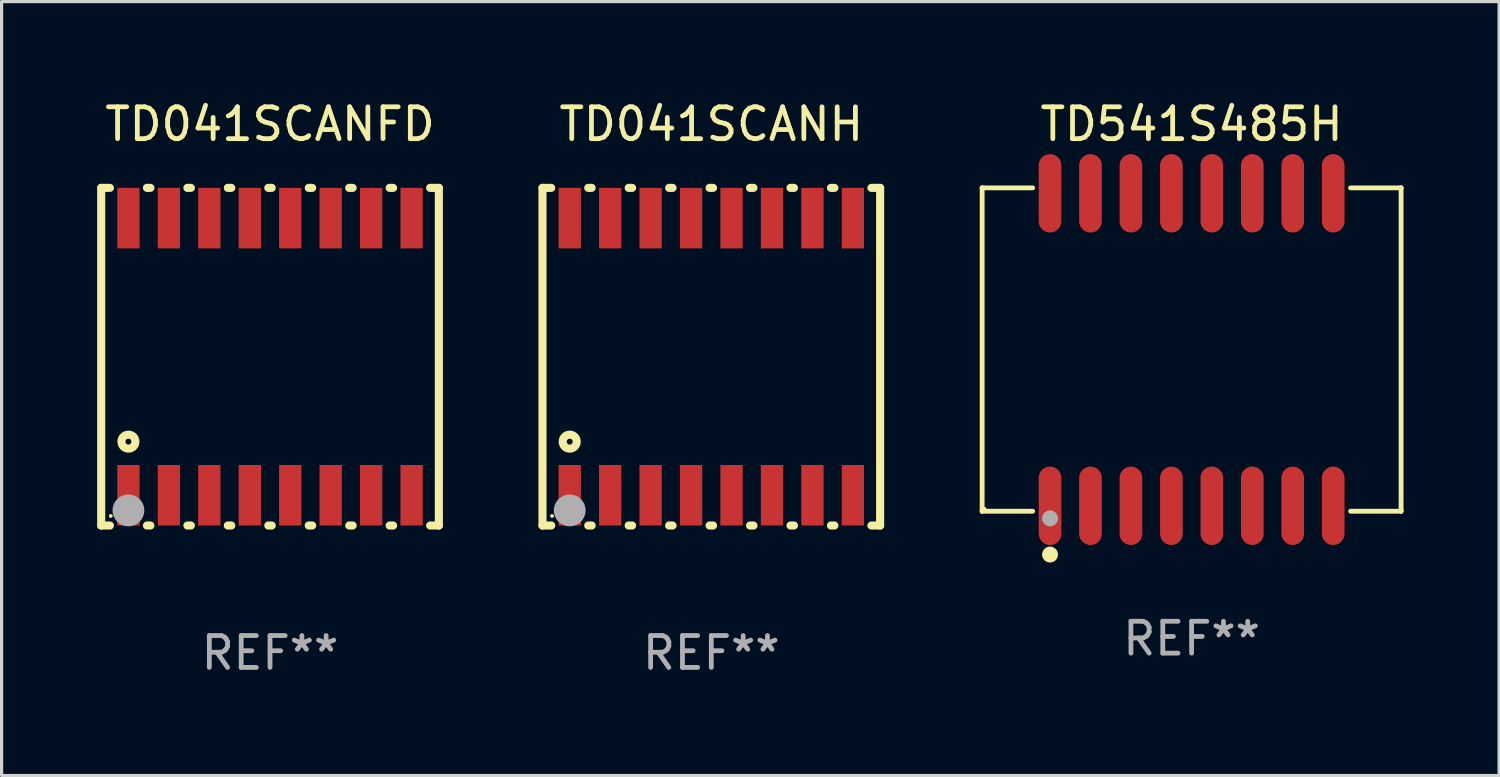
<source format=kicad_pcb>
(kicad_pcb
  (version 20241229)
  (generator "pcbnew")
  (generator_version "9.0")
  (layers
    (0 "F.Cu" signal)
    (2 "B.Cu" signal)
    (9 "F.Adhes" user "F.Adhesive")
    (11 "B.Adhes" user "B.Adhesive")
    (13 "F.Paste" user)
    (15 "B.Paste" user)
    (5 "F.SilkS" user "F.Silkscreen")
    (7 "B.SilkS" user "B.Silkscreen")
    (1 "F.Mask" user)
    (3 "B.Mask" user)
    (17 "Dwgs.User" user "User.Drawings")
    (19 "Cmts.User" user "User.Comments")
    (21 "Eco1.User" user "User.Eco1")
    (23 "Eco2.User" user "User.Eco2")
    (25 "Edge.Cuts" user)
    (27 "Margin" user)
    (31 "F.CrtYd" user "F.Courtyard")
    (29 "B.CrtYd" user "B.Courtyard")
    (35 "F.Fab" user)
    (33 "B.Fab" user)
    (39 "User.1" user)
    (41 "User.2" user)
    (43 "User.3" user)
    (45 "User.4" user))
  (footprint "TD541S485H"
    (layer "F.Cu")
    (at 34.36 7.924)
    (property "Reference" "TD541S485H" (at 0 -7.076 0) (layer "F.SilkS") (effects (font (size 1 1) (thickness 0.15))))
    (attr through_hole)
    (fp_line (start -6.576 -5.076) (end -6.576 -5.076) (stroke (width 0.152) (type solid)) (layer "F.SilkS"))
    (fp_line (start -6.576 -5.076) (end -4.991 -5.076) (stroke (width 0.152) (type solid)) (layer "F.SilkS"))
    (fp_line (start -6.576 5.076) (end -6.576 -5.076) (stroke (width 0.152) (type solid)) (layer "F.SilkS"))
    (fp_line (start -6.576 5.076) (end -6.576 5.076) (stroke (width 0.152) (type solid)) (layer "F.SilkS"))
    (fp_line (start -4.991 5.076) (end -6.576 5.076) (stroke (width 0.152) (type solid)) (layer "F.SilkS"))
    (fp_line (start 4.991 5.076) (end 6.576 5.076) (stroke (width 0.152) (type solid)) (layer "F.SilkS"))
    (fp_line (start 6.576 -5.076) (end 4.991 -5.076) (stroke (width 0.152) (type solid)) (layer "F.SilkS"))
    (fp_line (start 6.576 -5.076) (end 6.576 -5.076) (stroke (width 0.152) (type solid)) (layer "F.SilkS"))
    (fp_line (start 6.576 5.076) (end 6.576 -5.076) (stroke (width 0.152) (type solid)) (layer "F.SilkS"))
    (fp_line (start 6.576 5.076) (end 6.576 5.076) (stroke (width 0.152) (type solid)) (layer "F.SilkS"))
    (fp_circle (center -6.5 5) (end -6.47 5) (stroke (width 0.06) (type solid)) (fill no) (layer "F.SilkS"))
    (fp_circle (center -4.445 6.436) (end -4.32 6.436) (stroke (width 0.25) (type solid)) (fill no) (layer "F.SilkS"))
    (fp_circle (center -4.445 5.3) (end -4.32 5.3) (stroke (width 0.25) (type solid)) (fill no) (layer "F.Fab"))
    (fp_text user "REF**" (at 0 9.076 0) (layer "F.Fab") (effects (font (size 1 1) (thickness 0.15))))
    (pad "1" smd oval (at -4.445 4.905) (size 0.711 2.461) (layers "F.Cu" "F.Mask" "F.Paste"))
    (pad "2" smd oval (at -3.175 4.905) (size 0.711 2.461) (layers "F.Cu" "F.Mask" "F.Paste"))
    (pad "3" smd oval (at -1.905 4.905) (size 0.711 2.461) (layers "F.Cu" "F.Mask" "F.Paste"))
    (pad "4" smd oval (at -0.635 4.905) (size 0.711 2.461) (layers "F.Cu" "F.Mask" "F.Paste"))
    (pad "5" smd oval (at 0.635 4.905) (size 0.711 2.461) (layers "F.Cu" "F.Mask" "F.Paste"))
    (pad "6" smd oval (at 1.905 4.905) (size 0.711 2.461) (layers "F.Cu" "F.Mask" "F.Paste"))
    (pad "7" smd oval (at 3.175 4.905) (size 0.711 2.461) (layers "F.Cu" "F.Mask" "F.Paste"))
    (pad "8" smd oval (at 4.445 4.905) (size 0.711 2.461) (layers "F.Cu" "F.Mask" "F.Paste"))
    (pad "9" smd oval (at 4.445 -4.905) (size 0.711 2.461) (layers "F.Cu" "F.Mask" "F.Paste"))
    (pad "10" smd oval (at 3.175 -4.905) (size 0.711 2.461) (layers "F.Cu" "F.Mask" "F.Paste"))
    (pad "11" smd oval (at 1.905 -4.905) (size 0.711 2.461) (layers "F.Cu" "F.Mask" "F.Paste"))
    (pad "12" smd oval (at 0.635 -4.905) (size 0.711 2.461) (layers "F.Cu" "F.Mask" "F.Paste"))
    (pad "13" smd oval (at -0.635 -4.905) (size 0.711 2.461) (layers "F.Cu" "F.Mask" "F.Paste"))
    (pad "14" smd oval (at -1.905 -4.905) (size 0.711 2.461) (layers "F.Cu" "F.Mask" "F.Paste"))
    (pad "15" smd oval (at -3.175 -4.905) (size 0.711 2.461) (layers "F.Cu" "F.Mask" "F.Paste"))
    (pad "16" smd oval (at -4.445 -4.905) (size 0.711 2.461) (layers "F.Cu" "F.Mask" "F.Paste")))
  (footprint "TD041SCANFD"
    (layer "F.Cu")
    (at 5.427 8.148)
    (property "Reference" "TD041SCANFD" (at 0 -7.3 0) (layer "F.SilkS") (effects (font (size 1 1) (thickness 0.15))))
    (attr through_hole)
    (fp_line (start -5.3 -5.3) (end -5.3 5.3) (stroke (width 0.254) (type solid)) (layer "F.SilkS"))
    (fp_line (start -5.3 5.3) (end -5.026 5.3) (stroke (width 0.254) (type solid)) (layer "F.SilkS"))
    (fp_line (start -5.026 -5.3) (end -5.3 -5.3) (stroke (width 0.254) (type solid)) (layer "F.SilkS"))
    (fp_line (start -3.864 5.3) (end -3.756 5.3) (stroke (width 0.254) (type solid)) (layer "F.SilkS"))
    (fp_line (start -3.756 -5.3) (end -3.864 -5.3) (stroke (width 0.254) (type solid)) (layer "F.SilkS"))
    (fp_line (start -2.594 5.3) (end -2.486 5.3) (stroke (width 0.254) (type solid)) (layer "F.SilkS"))
    (fp_line (start -2.486 -5.3) (end -2.594 -5.3) (stroke (width 0.254) (type solid)) (layer "F.SilkS"))
    (fp_line (start -1.324 5.3) (end -1.216 5.3) (stroke (width 0.254) (type solid)) (layer "F.SilkS"))
    (fp_line (start -1.216 -5.3) (end -1.324 -5.3) (stroke (width 0.254) (type solid)) (layer "F.SilkS"))
    (fp_line (start -0.054 5.3) (end 0.054 5.3) (stroke (width 0.254) (type solid)) (layer "F.SilkS"))
    (fp_line (start 0.054 -5.3) (end -0.054 -5.3) (stroke (width 0.254) (type solid)) (layer "F.SilkS"))
    (fp_line (start 1.216 5.3) (end 1.324 5.3) (stroke (width 0.254) (type solid)) (layer "F.SilkS"))
    (fp_line (start 1.324 -5.3) (end 1.216 -5.3) (stroke (width 0.254) (type solid)) (layer "F.SilkS"))
    (fp_line (start 2.486 5.3) (end 2.594 5.3) (stroke (width 0.254) (type solid)) (layer "F.SilkS"))
    (fp_line (start 2.594 -5.3) (end 2.486 -5.3) (stroke (width 0.254) (type solid)) (layer "F.SilkS"))
    (fp_line (start 3.756 5.3) (end 3.864 5.3) (stroke (width 0.254) (type solid)) (layer "F.SilkS"))
    (fp_line (start 3.864 -5.3) (end 3.756 -5.3) (stroke (width 0.254) (type solid)) (layer "F.SilkS"))
    (fp_line (start 5.026 5.3) (end 5.3 5.3) (stroke (width 0.254) (type solid)) (layer "F.SilkS"))
    (fp_line (start 5.3 -5.3) (end 5.026 -5.3) (stroke (width 0.254) (type solid)) (layer "F.SilkS"))
    (fp_line (start 5.3 5.3) (end 5.3 -5.3) (stroke (width 0.254) (type solid)) (layer "F.SilkS"))
    (fp_circle (center -5 5) (end -4.97 5) (stroke (width 0.06) (type solid)) (fill no) (layer "F.SilkS"))
    (fp_circle (center -4.445 2.667) (end -4.225 2.667) (stroke (width 0.254) (type solid)) (fill no) (layer "F.SilkS"))
    (fp_circle (center -4.445 4.826) (end -4.195 4.826) (stroke (width 0.5) (type solid)) (fill no) (layer "F.Fab"))
    (fp_text user "REF**" (at 0 9.3 0) (layer "F.Fab") (effects (font (size 1 1) (thickness 0.15))))
    (pad "1" smd rect (at -4.445 4.35) (size 0.7 1.9) (layers "F.Cu" "F.Mask" "F.Paste"))
    (pad "2" smd rect (at -3.175 4.35) (size 0.7 1.9) (layers "F.Cu" "F.Mask" "F.Paste"))
    (pad "3" smd rect (at -1.905 4.35) (size 0.7 1.9) (layers "F.Cu" "F.Mask" "F.Paste"))
    (pad "4" smd rect (at -0.635 4.35) (size 0.7 1.9) (layers "F.Cu" "F.Mask" "F.Paste"))
    (pad "5" smd rect (at 0.635 4.35) (size 0.7 1.9) (layers "F.Cu" "F.Mask" "F.Paste"))
    (pad "6" smd rect (at 1.905 4.35) (size 0.7 1.9) (layers "F.Cu" "F.Mask" "F.Paste"))
    (pad "7" smd rect (at 3.175 4.35) (size 0.7 1.9) (layers "F.Cu" "F.Mask" "F.Paste"))
    (pad "8" smd rect (at 4.445 4.35) (size 0.7 1.9) (layers "F.Cu" "F.Mask" "F.Paste"))
    (pad "9" smd rect (at 4.445 -4.35) (size 0.7 1.9) (layers "F.Cu" "F.Mask" "F.Paste"))
    (pad "10" smd rect (at 3.175 -4.35) (size 0.7 1.9) (layers "F.Cu" "F.Mask" "F.Paste"))
    (pad "11" smd rect (at 1.905 -4.35) (size 0.7 1.9) (layers "F.Cu" "F.Mask" "F.Paste"))
    (pad "12" smd rect (at 0.635 -4.35) (size 0.7 1.9) (layers "F.Cu" "F.Mask" "F.Paste"))
    (pad "13" smd rect (at -0.635 -4.35) (size 0.7 1.9) (layers "F.Cu" "F.Mask" "F.Paste"))
    (pad "14" smd rect (at -1.905 -4.35) (size 0.7 1.9) (layers "F.Cu" "F.Mask" "F.Paste"))
    (pad "15" smd rect (at -3.175 -4.35) (size 0.7 1.9) (layers "F.Cu" "F.Mask" "F.Paste"))
    (pad "16" smd rect (at -4.445 -4.35) (size 0.7 1.9) (layers "F.Cu" "F.Mask" "F.Paste")))
  (footprint "TD041SCANH"
    (layer "F.Cu")
    (at 19.281 8.148)
    (property "Reference" "TD041SCANH" (at 0 -7.3 0) (layer "F.SilkS") (effects (font (size 1 1) (thickness 0.15))))
    (attr through_hole)
    (fp_line (start -5.3 -5.3) (end -5.3 5.3) (stroke (width 0.254) (type solid)) (layer "F.SilkS"))
    (fp_line (start -5.3 5.3) (end -5.026 5.3) (stroke (width 0.254) (type solid)) (layer "F.SilkS"))
    (fp_line (start -5.026 -5.3) (end -5.3 -5.3) (stroke (width 0.254) (type solid)) (layer "F.SilkS"))
    (fp_line (start -3.864 5.3) (end -3.756 5.3) (stroke (width 0.254) (type solid)) (layer "F.SilkS"))
    (fp_line (start -3.756 -5.3) (end -3.864 -5.3) (stroke (width 0.254) (type solid)) (layer "F.SilkS"))
    (fp_line (start -2.594 5.3) (end -2.486 5.3) (stroke (width 0.254) (type solid)) (layer "F.SilkS"))
    (fp_line (start -2.486 -5.3) (end -2.594 -5.3) (stroke (width 0.254) (type solid)) (layer "F.SilkS"))
    (fp_line (start -1.324 5.3) (end -1.216 5.3) (stroke (width 0.254) (type solid)) (layer "F.SilkS"))
    (fp_line (start -1.216 -5.3) (end -1.324 -5.3) (stroke (width 0.254) (type solid)) (layer "F.SilkS"))
    (fp_line (start -0.054 5.3) (end 0.054 5.3) (stroke (width 0.254) (type solid)) (layer "F.SilkS"))
    (fp_line (start 0.054 -5.3) (end -0.054 -5.3) (stroke (width 0.254) (type solid)) (layer "F.SilkS"))
    (fp_line (start 1.216 5.3) (end 1.324 5.3) (stroke (width 0.254) (type solid)) (layer "F.SilkS"))
    (fp_line (start 1.324 -5.3) (end 1.216 -5.3) (stroke (width 0.254) (type solid)) (layer "F.SilkS"))
    (fp_line (start 2.486 5.3) (end 2.594 5.3) (stroke (width 0.254) (type solid)) (layer "F.SilkS"))
    (fp_line (start 2.594 -5.3) (end 2.486 -5.3) (stroke (width 0.254) (type solid)) (layer "F.SilkS"))
    (fp_line (start 3.756 5.3) (end 3.864 5.3) (stroke (width 0.254) (type solid)) (layer "F.SilkS"))
    (fp_line (start 3.864 -5.3) (end 3.756 -5.3) (stroke (width 0.254) (type solid)) (layer "F.SilkS"))
    (fp_line (start 5.026 5.3) (end 5.3 5.3) (stroke (width 0.254) (type solid)) (layer "F.SilkS"))
    (fp_line (start 5.3 -5.3) (end 5.026 -5.3) (stroke (width 0.254) (type solid)) (layer "F.SilkS"))
    (fp_line (start 5.3 5.3) (end 5.3 -5.3) (stroke (width 0.254) (type solid)) (layer "F.SilkS"))
    (fp_circle (center -5 5) (end -4.97 5) (stroke (width 0.06) (type solid)) (fill no) (layer "F.SilkS"))
    (fp_circle (center -4.445 2.667) (end -4.225 2.667) (stroke (width 0.254) (type solid)) (fill no) (layer "F.SilkS"))
    (fp_circle (center -4.445 4.826) (end -4.195 4.826) (stroke (width 0.5) (type solid)) (fill no) (layer "F.Fab"))
    (fp_text user "REF**" (at 0 9.3 0) (layer "F.Fab") (effects (font (size 1 1) (thickness 0.15))))
    (pad "1" smd rect (at -4.445 4.35) (size 0.7 1.9) (layers "F.Cu" "F.Mask" "F.Paste"))
    (pad "2" smd rect (at -3.175 4.35) (size 0.7 1.9) (layers "F.Cu" "F.Mask" "F.Paste"))
    (pad "3" smd rect (at -1.905 4.35) (size 0.7 1.9) (layers "F.Cu" "F.Mask" "F.Paste"))
    (pad "4" smd rect (at -0.635 4.35) (size 0.7 1.9) (layers "F.Cu" "F.Mask" "F.Paste"))
    (pad "5" smd rect (at 0.635 4.35) (size 0.7 1.9) (layers "F.Cu" "F.Mask" "F.Paste"))
    (pad "6" smd rect (at 1.905 4.35) (size 0.7 1.9) (layers "F.Cu" "F.Mask" "F.Paste"))
    (pad "7" smd rect (at 3.175 4.35) (size 0.7 1.9) (layers "F.Cu" "F.Mask" "F.Paste"))
    (pad "8" smd rect (at 4.445 4.35) (size 0.7 1.9) (layers "F.Cu" "F.Mask" "F.Paste"))
    (pad "9" smd rect (at 4.445 -4.35) (size 0.7 1.9) (layers "F.Cu" "F.Mask" "F.Paste"))
    (pad "10" smd rect (at 3.175 -4.35) (size 0.7 1.9) (layers "F.Cu" "F.Mask" "F.Paste"))
    (pad "11" smd rect (at 1.905 -4.35) (size 0.7 1.9) (layers "F.Cu" "F.Mask" "F.Paste"))
    (pad "12" smd rect (at 0.635 -4.35) (size 0.7 1.9) (layers "F.Cu" "F.Mask" "F.Paste"))
    (pad "13" smd rect (at -0.635 -4.35) (size 0.7 1.9) (layers "F.Cu" "F.Mask" "F.Paste"))
    (pad "14" smd rect (at -1.905 -4.35) (size 0.7 1.9) (layers "F.Cu" "F.Mask" "F.Paste"))
    (pad "15" smd rect (at -3.175 -4.35) (size 0.7 1.9) (layers "F.Cu" "F.Mask" "F.Paste"))
    (pad "16" smd rect (at -4.445 -4.35) (size 0.7 1.9) (layers "F.Cu" "F.Mask" "F.Paste")))
  (gr_rect
    (start -3 -3)
    (end 44.013 21.297)
    (stroke (width 0.1) (type default))
    (fill no)
    (layer "Edge.Cuts")))
</source>
